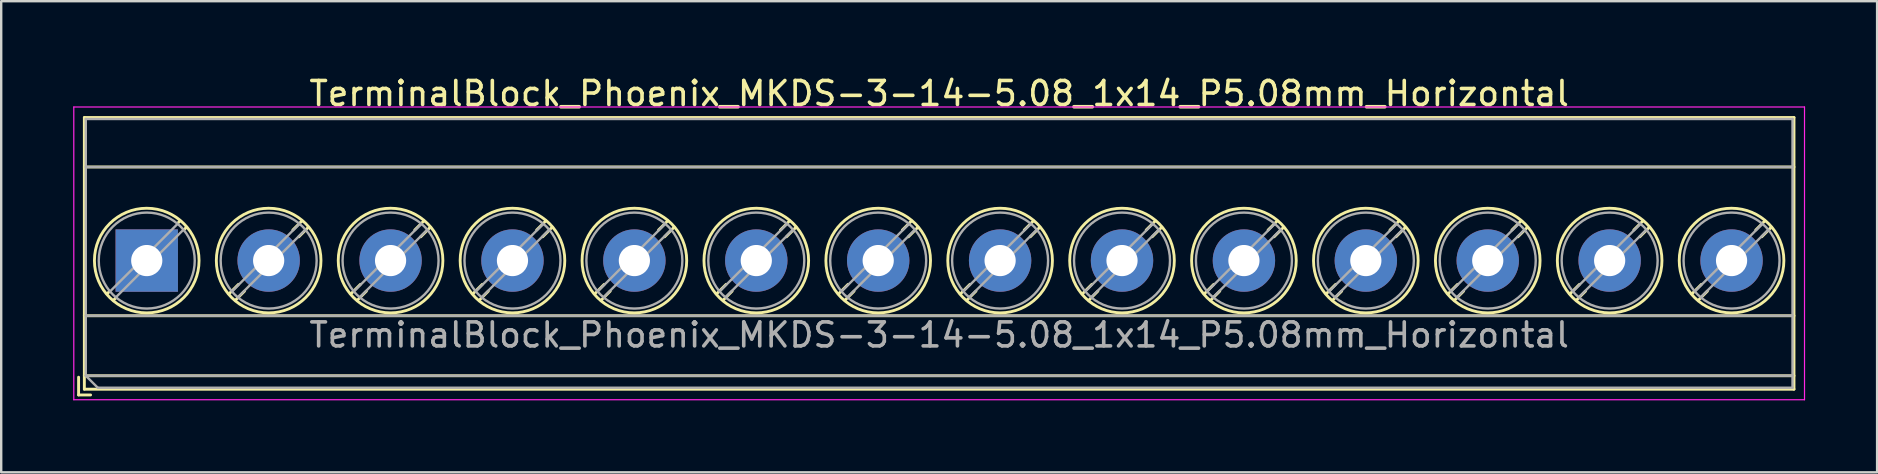
<source format=kicad_pcb>
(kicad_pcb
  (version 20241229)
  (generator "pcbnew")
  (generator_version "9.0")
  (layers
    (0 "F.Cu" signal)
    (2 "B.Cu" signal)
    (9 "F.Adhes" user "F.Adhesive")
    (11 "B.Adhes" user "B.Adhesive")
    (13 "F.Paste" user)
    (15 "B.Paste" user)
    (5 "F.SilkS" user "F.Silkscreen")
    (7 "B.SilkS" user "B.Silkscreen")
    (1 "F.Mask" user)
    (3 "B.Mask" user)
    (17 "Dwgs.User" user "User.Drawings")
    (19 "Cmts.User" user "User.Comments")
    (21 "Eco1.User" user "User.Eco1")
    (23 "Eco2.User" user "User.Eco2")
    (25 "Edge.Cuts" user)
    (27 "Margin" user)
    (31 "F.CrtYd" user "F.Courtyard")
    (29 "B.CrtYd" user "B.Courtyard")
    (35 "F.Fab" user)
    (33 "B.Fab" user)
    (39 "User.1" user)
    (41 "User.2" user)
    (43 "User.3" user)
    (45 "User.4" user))
  (footprint "TerminalBlock_Phoenix_MKDS-3-14-5.08_1x14_P5.08mm_Horizontal"
    (layer "F.Cu")
    (at 3.065 7.808)
    (property "Reference" "TerminalBlock_Phoenix_MKDS-3-14-5.08_1x14_P5.08mm_Horizontal" (at 33.02 -6.96 0) (layer "F.SilkS") (effects (font (size 1 1) (thickness 0.15))))
    (attr through_hole)
    (fp_line (start -2.84 4.86) (end -2.84 5.6) (stroke (width 0.12) (type solid)) (layer "F.SilkS"))
    (fp_line (start -2.84 5.6) (end -2.34 5.6) (stroke (width 0.12) (type solid)) (layer "F.SilkS"))
    (fp_line (start -2.6 -5.96) (end -2.6 5.36) (stroke (width 0.12) (type solid)) (layer "F.SilkS"))
    (fp_line (start -2.6 -5.96) (end 68.641 -5.96) (stroke (width 0.12) (type solid)) (layer "F.SilkS"))
    (fp_line (start -2.6 -3.9) (end 68.641 -3.9) (stroke (width 0.12) (type solid)) (layer "F.SilkS"))
    (fp_line (start -2.6 2.3) (end 68.641 2.3) (stroke (width 0.12) (type solid)) (layer "F.SilkS"))
    (fp_line (start -2.6 4.8) (end 68.641 4.8) (stroke (width 0.12) (type solid)) (layer "F.SilkS"))
    (fp_line (start -2.6 5.36) (end 68.641 5.36) (stroke (width 0.12) (type solid)) (layer "F.SilkS"))
    (fp_line (start -1.548 1.281) (end -1.654 1.388) (stroke (width 0.12) (type solid)) (layer "F.SilkS"))
    (fp_line (start -1.282 1.547) (end -1.388 1.654) (stroke (width 0.12) (type solid)) (layer "F.SilkS"))
    (fp_line (start 1.388 -1.654) (end 1.281 -1.547) (stroke (width 0.12) (type solid)) (layer "F.SilkS"))
    (fp_line (start 1.654 -1.388) (end 1.547 -1.281) (stroke (width 0.12) (type solid)) (layer "F.SilkS"))
    (fp_line (start 3.822 0.992) (end 3.427 1.388) (stroke (width 0.12) (type solid)) (layer "F.SilkS"))
    (fp_line (start 4.073 1.274) (end 3.693 1.654) (stroke (width 0.12) (type solid)) (layer "F.SilkS"))
    (fp_line (start 6.468 -1.654) (end 6.088 -1.274) (stroke (width 0.12) (type solid)) (layer "F.SilkS"))
    (fp_line (start 6.734 -1.388) (end 6.339 -0.992) (stroke (width 0.12) (type solid)) (layer "F.SilkS"))
    (fp_line (start 8.902 0.992) (end 8.507 1.388) (stroke (width 0.12) (type solid)) (layer "F.SilkS"))
    (fp_line (start 9.153 1.274) (end 8.773 1.654) (stroke (width 0.12) (type solid)) (layer "F.SilkS"))
    (fp_line (start 11.548 -1.654) (end 11.168 -1.274) (stroke (width 0.12) (type solid)) (layer "F.SilkS"))
    (fp_line (start 11.814 -1.388) (end 11.419 -0.992) (stroke (width 0.12) (type solid)) (layer "F.SilkS"))
    (fp_line (start 13.982 0.992) (end 13.587 1.388) (stroke (width 0.12) (type solid)) (layer "F.SilkS"))
    (fp_line (start 14.233 1.274) (end 13.853 1.654) (stroke (width 0.12) (type solid)) (layer "F.SilkS"))
    (fp_line (start 16.628 -1.654) (end 16.248 -1.274) (stroke (width 0.12) (type solid)) (layer "F.SilkS"))
    (fp_line (start 16.894 -1.388) (end 16.499 -0.992) (stroke (width 0.12) (type solid)) (layer "F.SilkS"))
    (fp_line (start 19.062 0.992) (end 18.667 1.388) (stroke (width 0.12) (type solid)) (layer "F.SilkS"))
    (fp_line (start 19.313 1.274) (end 18.933 1.654) (stroke (width 0.12) (type solid)) (layer "F.SilkS"))
    (fp_line (start 21.708 -1.654) (end 21.328 -1.274) (stroke (width 0.12) (type solid)) (layer "F.SilkS"))
    (fp_line (start 21.974 -1.388) (end 21.579 -0.992) (stroke (width 0.12) (type solid)) (layer "F.SilkS"))
    (fp_line (start 24.142 0.992) (end 23.747 1.388) (stroke (width 0.12) (type solid)) (layer "F.SilkS"))
    (fp_line (start 24.393 1.274) (end 24.013 1.654) (stroke (width 0.12) (type solid)) (layer "F.SilkS"))
    (fp_line (start 26.788 -1.654) (end 26.408 -1.274) (stroke (width 0.12) (type solid)) (layer "F.SilkS"))
    (fp_line (start 27.054 -1.388) (end 26.659 -0.992) (stroke (width 0.12) (type solid)) (layer "F.SilkS"))
    (fp_line (start 29.222 0.992) (end 28.827 1.388) (stroke (width 0.12) (type solid)) (layer "F.SilkS"))
    (fp_line (start 29.473 1.274) (end 29.093 1.654) (stroke (width 0.12) (type solid)) (layer "F.SilkS"))
    (fp_line (start 31.868 -1.654) (end 31.488 -1.274) (stroke (width 0.12) (type solid)) (layer "F.SilkS"))
    (fp_line (start 32.134 -1.388) (end 31.739 -0.992) (stroke (width 0.12) (type solid)) (layer "F.SilkS"))
    (fp_line (start 34.302 0.992) (end 33.907 1.388) (stroke (width 0.12) (type solid)) (layer "F.SilkS"))
    (fp_line (start 34.553 1.274) (end 34.173 1.654) (stroke (width 0.12) (type solid)) (layer "F.SilkS"))
    (fp_line (start 36.948 -1.654) (end 36.568 -1.274) (stroke (width 0.12) (type solid)) (layer "F.SilkS"))
    (fp_line (start 37.214 -1.388) (end 36.819 -0.992) (stroke (width 0.12) (type solid)) (layer "F.SilkS"))
    (fp_line (start 39.382 0.992) (end 38.987 1.388) (stroke (width 0.12) (type solid)) (layer "F.SilkS"))
    (fp_line (start 39.633 1.274) (end 39.253 1.654) (stroke (width 0.12) (type solid)) (layer "F.SilkS"))
    (fp_line (start 42.028 -1.654) (end 41.648 -1.274) (stroke (width 0.12) (type solid)) (layer "F.SilkS"))
    (fp_line (start 42.294 -1.388) (end 41.899 -0.992) (stroke (width 0.12) (type solid)) (layer "F.SilkS"))
    (fp_line (start 44.462 0.992) (end 44.067 1.388) (stroke (width 0.12) (type solid)) (layer "F.SilkS"))
    (fp_line (start 44.713 1.274) (end 44.333 1.654) (stroke (width 0.12) (type solid)) (layer "F.SilkS"))
    (fp_line (start 47.108 -1.654) (end 46.728 -1.274) (stroke (width 0.12) (type solid)) (layer "F.SilkS"))
    (fp_line (start 47.374 -1.388) (end 46.979 -0.992) (stroke (width 0.12) (type solid)) (layer "F.SilkS"))
    (fp_line (start 49.542 0.992) (end 49.147 1.388) (stroke (width 0.12) (type solid)) (layer "F.SilkS"))
    (fp_line (start 49.793 1.274) (end 49.413 1.654) (stroke (width 0.12) (type solid)) (layer "F.SilkS"))
    (fp_line (start 52.188 -1.654) (end 51.808 -1.274) (stroke (width 0.12) (type solid)) (layer "F.SilkS"))
    (fp_line (start 52.454 -1.388) (end 52.059 -0.992) (stroke (width 0.12) (type solid)) (layer "F.SilkS"))
    (fp_line (start 54.622 0.992) (end 54.227 1.388) (stroke (width 0.12) (type solid)) (layer "F.SilkS"))
    (fp_line (start 54.873 1.274) (end 54.493 1.654) (stroke (width 0.12) (type solid)) (layer "F.SilkS"))
    (fp_line (start 57.268 -1.654) (end 56.888 -1.274) (stroke (width 0.12) (type solid)) (layer "F.SilkS"))
    (fp_line (start 57.534 -1.388) (end 57.139 -0.992) (stroke (width 0.12) (type solid)) (layer "F.SilkS"))
    (fp_line (start 59.702 0.992) (end 59.307 1.388) (stroke (width 0.12) (type solid)) (layer "F.SilkS"))
    (fp_line (start 59.953 1.274) (end 59.573 1.654) (stroke (width 0.12) (type solid)) (layer "F.SilkS"))
    (fp_line (start 62.348 -1.654) (end 61.968 -1.274) (stroke (width 0.12) (type solid)) (layer "F.SilkS"))
    (fp_line (start 62.614 -1.388) (end 62.219 -0.992) (stroke (width 0.12) (type solid)) (layer "F.SilkS"))
    (fp_line (start 64.782 0.992) (end 64.387 1.388) (stroke (width 0.12) (type solid)) (layer "F.SilkS"))
    (fp_line (start 65.033 1.274) (end 64.653 1.654) (stroke (width 0.12) (type solid)) (layer "F.SilkS"))
    (fp_line (start 67.428 -1.654) (end 67.048 -1.274) (stroke (width 0.12) (type solid)) (layer "F.SilkS"))
    (fp_line (start 67.694 -1.388) (end 67.299 -0.992) (stroke (width 0.12) (type solid)) (layer "F.SilkS"))
    (fp_line (start 68.641 -5.96) (end 68.641 5.36) (stroke (width 0.12) (type solid)) (layer "F.SilkS"))
    (fp_circle (center 0 0) (end 2.18 0) (stroke (width 0.12) (type solid)) (fill no) (layer "F.SilkS"))
    (fp_circle (center 5.08 0) (end 7.26 0) (stroke (width 0.12) (type solid)) (fill no) (layer "F.SilkS"))
    (fp_circle (center 10.16 0) (end 12.34 0) (stroke (width 0.12) (type solid)) (fill no) (layer "F.SilkS"))
    (fp_circle (center 15.24 0) (end 17.42 0) (stroke (width 0.12) (type solid)) (fill no) (layer "F.SilkS"))
    (fp_circle (center 20.32 0) (end 22.5 0) (stroke (width 0.12) (type solid)) (fill no) (layer "F.SilkS"))
    (fp_circle (center 25.4 0) (end 27.58 0) (stroke (width 0.12) (type solid)) (fill no) (layer "F.SilkS"))
    (fp_circle (center 30.48 0) (end 32.66 0) (stroke (width 0.12) (type solid)) (fill no) (layer "F.SilkS"))
    (fp_circle (center 35.56 0) (end 37.74 0) (stroke (width 0.12) (type solid)) (fill no) (layer "F.SilkS"))
    (fp_circle (center 40.64 0) (end 42.82 0) (stroke (width 0.12) (type solid)) (fill no) (layer "F.SilkS"))
    (fp_circle (center 45.72 0) (end 47.9 0) (stroke (width 0.12) (type solid)) (fill no) (layer "F.SilkS"))
    (fp_circle (center 50.8 0) (end 52.98 0) (stroke (width 0.12) (type solid)) (fill no) (layer "F.SilkS"))
    (fp_circle (center 55.88 0) (end 58.06 0) (stroke (width 0.12) (type solid)) (fill no) (layer "F.SilkS"))
    (fp_circle (center 60.96 0) (end 63.14 0) (stroke (width 0.12) (type solid)) (fill no) (layer "F.SilkS"))
    (fp_circle (center 66.04 0) (end 68.22 0) (stroke (width 0.12) (type solid)) (fill no) (layer "F.SilkS"))
    (fp_line (start -3.04 -6.4) (end -3.04 5.8) (stroke (width 0.05) (type solid)) (layer "F.CrtYd"))
    (fp_line (start -3.04 5.8) (end 69.08 5.8) (stroke (width 0.05) (type solid)) (layer "F.CrtYd"))
    (fp_line (start 69.08 -6.4) (end -3.04 -6.4) (stroke (width 0.05) (type solid)) (layer "F.CrtYd"))
    (fp_line (start 69.08 5.8) (end 69.08 -6.4) (stroke (width 0.05) (type solid)) (layer "F.CrtYd"))
    (fp_line (start -2.54 -5.9) (end 68.58 -5.9) (stroke (width 0.1) (type solid)) (layer "F.Fab"))
    (fp_line (start -2.54 -3.9) (end 68.58 -3.9) (stroke (width 0.1) (type solid)) (layer "F.Fab"))
    (fp_line (start -2.54 2.3) (end 68.58 2.3) (stroke (width 0.1) (type solid)) (layer "F.Fab"))
    (fp_line (start -2.54 4.8) (end -2.54 -5.9) (stroke (width 0.1) (type solid)) (layer "F.Fab"))
    (fp_line (start -2.54 4.8) (end 68.58 4.8) (stroke (width 0.1) (type solid)) (layer "F.Fab"))
    (fp_line (start -2.04 5.3) (end -2.54 4.8) (stroke (width 0.1) (type solid)) (layer "F.Fab"))
    (fp_line (start 1.273 -1.517) (end -1.517 1.273) (stroke (width 0.1) (type solid)) (layer "F.Fab"))
    (fp_line (start 1.517 -1.273) (end -1.273 1.517) (stroke (width 0.1) (type solid)) (layer "F.Fab"))
    (fp_line (start 6.353 -1.517) (end 3.564 1.273) (stroke (width 0.1) (type solid)) (layer "F.Fab"))
    (fp_line (start 6.597 -1.273) (end 3.808 1.517) (stroke (width 0.1) (type solid)) (layer "F.Fab"))
    (fp_line (start 11.433 -1.517) (end 8.644 1.273) (stroke (width 0.1) (type solid)) (layer "F.Fab"))
    (fp_line (start 11.677 -1.273) (end 8.888 1.517) (stroke (width 0.1) (type solid)) (layer "F.Fab"))
    (fp_line (start 16.513 -1.517) (end 13.724 1.273) (stroke (width 0.1) (type solid)) (layer "F.Fab"))
    (fp_line (start 16.757 -1.273) (end 13.968 1.517) (stroke (width 0.1) (type solid)) (layer "F.Fab"))
    (fp_line (start 21.593 -1.517) (end 18.804 1.273) (stroke (width 0.1) (type solid)) (layer "F.Fab"))
    (fp_line (start 21.837 -1.273) (end 19.048 1.517) (stroke (width 0.1) (type solid)) (layer "F.Fab"))
    (fp_line (start 26.673 -1.517) (end 23.884 1.273) (stroke (width 0.1) (type solid)) (layer "F.Fab"))
    (fp_line (start 26.917 -1.273) (end 24.128 1.517) (stroke (width 0.1) (type solid)) (layer "F.Fab"))
    (fp_line (start 31.753 -1.517) (end 28.964 1.273) (stroke (width 0.1) (type solid)) (layer "F.Fab"))
    (fp_line (start 31.997 -1.273) (end 29.208 1.517) (stroke (width 0.1) (type solid)) (layer "F.Fab"))
    (fp_line (start 36.833 -1.517) (end 34.044 1.273) (stroke (width 0.1) (type solid)) (layer "F.Fab"))
    (fp_line (start 37.077 -1.273) (end 34.288 1.517) (stroke (width 0.1) (type solid)) (layer "F.Fab"))
    (fp_line (start 41.913 -1.517) (end 39.124 1.273) (stroke (width 0.1) (type solid)) (layer "F.Fab"))
    (fp_line (start 42.157 -1.273) (end 39.368 1.517) (stroke (width 0.1) (type solid)) (layer "F.Fab"))
    (fp_line (start 46.993 -1.517) (end 44.204 1.273) (stroke (width 0.1) (type solid)) (layer "F.Fab"))
    (fp_line (start 47.237 -1.273) (end 44.448 1.517) (stroke (width 0.1) (type solid)) (layer "F.Fab"))
    (fp_line (start 52.073 -1.517) (end 49.284 1.273) (stroke (width 0.1) (type solid)) (layer "F.Fab"))
    (fp_line (start 52.317 -1.273) (end 49.528 1.517) (stroke (width 0.1) (type solid)) (layer "F.Fab"))
    (fp_line (start 57.153 -1.517) (end 54.364 1.273) (stroke (width 0.1) (type solid)) (layer "F.Fab"))
    (fp_line (start 57.397 -1.273) (end 54.608 1.517) (stroke (width 0.1) (type solid)) (layer "F.Fab"))
    (fp_line (start 62.233 -1.517) (end 59.444 1.273) (stroke (width 0.1) (type solid)) (layer "F.Fab"))
    (fp_line (start 62.477 -1.273) (end 59.688 1.517) (stroke (width 0.1) (type solid)) (layer "F.Fab"))
    (fp_line (start 67.313 -1.517) (end 64.524 1.273) (stroke (width 0.1) (type solid)) (layer "F.Fab"))
    (fp_line (start 67.557 -1.273) (end 64.768 1.517) (stroke (width 0.1) (type solid)) (layer "F.Fab"))
    (fp_line (start 68.58 -5.9) (end 68.58 5.3) (stroke (width 0.1) (type solid)) (layer "F.Fab"))
    (fp_line (start 68.58 5.3) (end -2.04 5.3) (stroke (width 0.1) (type solid)) (layer "F.Fab"))
    (fp_circle (center 0 0) (end 2 0) (stroke (width 0.1) (type solid)) (fill no) (layer "F.Fab"))
    (fp_circle (center 5.08 0) (end 7.08 0) (stroke (width 0.1) (type solid)) (fill no) (layer "F.Fab"))
    (fp_circle (center 10.16 0) (end 12.16 0) (stroke (width 0.1) (type solid)) (fill no) (layer "F.Fab"))
    (fp_circle (center 15.24 0) (end 17.24 0) (stroke (width 0.1) (type solid)) (fill no) (layer "F.Fab"))
    (fp_circle (center 20.32 0) (end 22.32 0) (stroke (width 0.1) (type solid)) (fill no) (layer "F.Fab"))
    (fp_circle (center 25.4 0) (end 27.4 0) (stroke (width 0.1) (type solid)) (fill no) (layer "F.Fab"))
    (fp_circle (center 30.48 0) (end 32.48 0) (stroke (width 0.1) (type solid)) (fill no) (layer "F.Fab"))
    (fp_circle (center 35.56 0) (end 37.56 0) (stroke (width 0.1) (type solid)) (fill no) (layer "F.Fab"))
    (fp_circle (center 40.64 0) (end 42.64 0) (stroke (width 0.1) (type solid)) (fill no) (layer "F.Fab"))
    (fp_circle (center 45.72 0) (end 47.72 0) (stroke (width 0.1) (type solid)) (fill no) (layer "F.Fab"))
    (fp_circle (center 50.8 0) (end 52.8 0) (stroke (width 0.1) (type solid)) (fill no) (layer "F.Fab"))
    (fp_circle (center 55.88 0) (end 57.88 0) (stroke (width 0.1) (type solid)) (fill no) (layer "F.Fab"))
    (fp_circle (center 60.96 0) (end 62.96 0) (stroke (width 0.1) (type solid)) (fill no) (layer "F.Fab"))
    (fp_circle (center 66.04 0) (end 68.04 0) (stroke (width 0.1) (type solid)) (fill no) (layer "F.Fab"))
    (fp_text user "${REFERENCE}" (at 33.02 3.1 0) (layer "F.Fab") (effects (font (size 1 1) (thickness 0.15))))
    (pad "1" thru_hole rect (at 0 0) (size 2.6 2.6) (drill 1.3) (layers "*.Cu" "*.Mask"))
    (pad "2" thru_hole circle (at 5.08 0) (size 2.6 2.6) (drill 1.3) (layers "*.Cu" "*.Mask"))
    (pad "3" thru_hole circle (at 10.16 0) (size 2.6 2.6) (drill 1.3) (layers "*.Cu" "*.Mask"))
    (pad "4" thru_hole circle (at 15.24 0) (size 2.6 2.6) (drill 1.3) (layers "*.Cu" "*.Mask"))
    (pad "5" thru_hole circle (at 20.32 0) (size 2.6 2.6) (drill 1.3) (layers "*.Cu" "*.Mask"))
    (pad "6" thru_hole circle (at 25.4 0) (size 2.6 2.6) (drill 1.3) (layers "*.Cu" "*.Mask"))
    (pad "7" thru_hole circle (at 30.48 0) (size 2.6 2.6) (drill 1.3) (layers "*.Cu" "*.Mask"))
    (pad "8" thru_hole circle (at 35.56 0) (size 2.6 2.6) (drill 1.3) (layers "*.Cu" "*.Mask"))
    (pad "9" thru_hole circle (at 40.64 0) (size 2.6 2.6) (drill 1.3) (layers "*.Cu" "*.Mask"))
    (pad "10" thru_hole circle (at 45.72 0) (size 2.6 2.6) (drill 1.3) (layers "*.Cu" "*.Mask"))
    (pad "11" thru_hole circle (at 50.8 0) (size 2.6 2.6) (drill 1.3) (layers "*.Cu" "*.Mask"))
    (pad "12" thru_hole circle (at 55.88 0) (size 2.6 2.6) (drill 1.3) (layers "*.Cu" "*.Mask"))
    (pad "13" thru_hole circle (at 60.96 0) (size 2.6 2.6) (drill 1.3) (layers "*.Cu" "*.Mask"))
    (pad "14" thru_hole circle (at 66.04 0) (size 2.6 2.6) (drill 1.3) (layers "*.Cu" "*.Mask")))
  (gr_rect
    (start -3 -3)
    (end 75.17 16.633)
    (stroke (width 0.1) (type default))
    (fill no)
    (layer "Edge.Cuts")))
</source>
